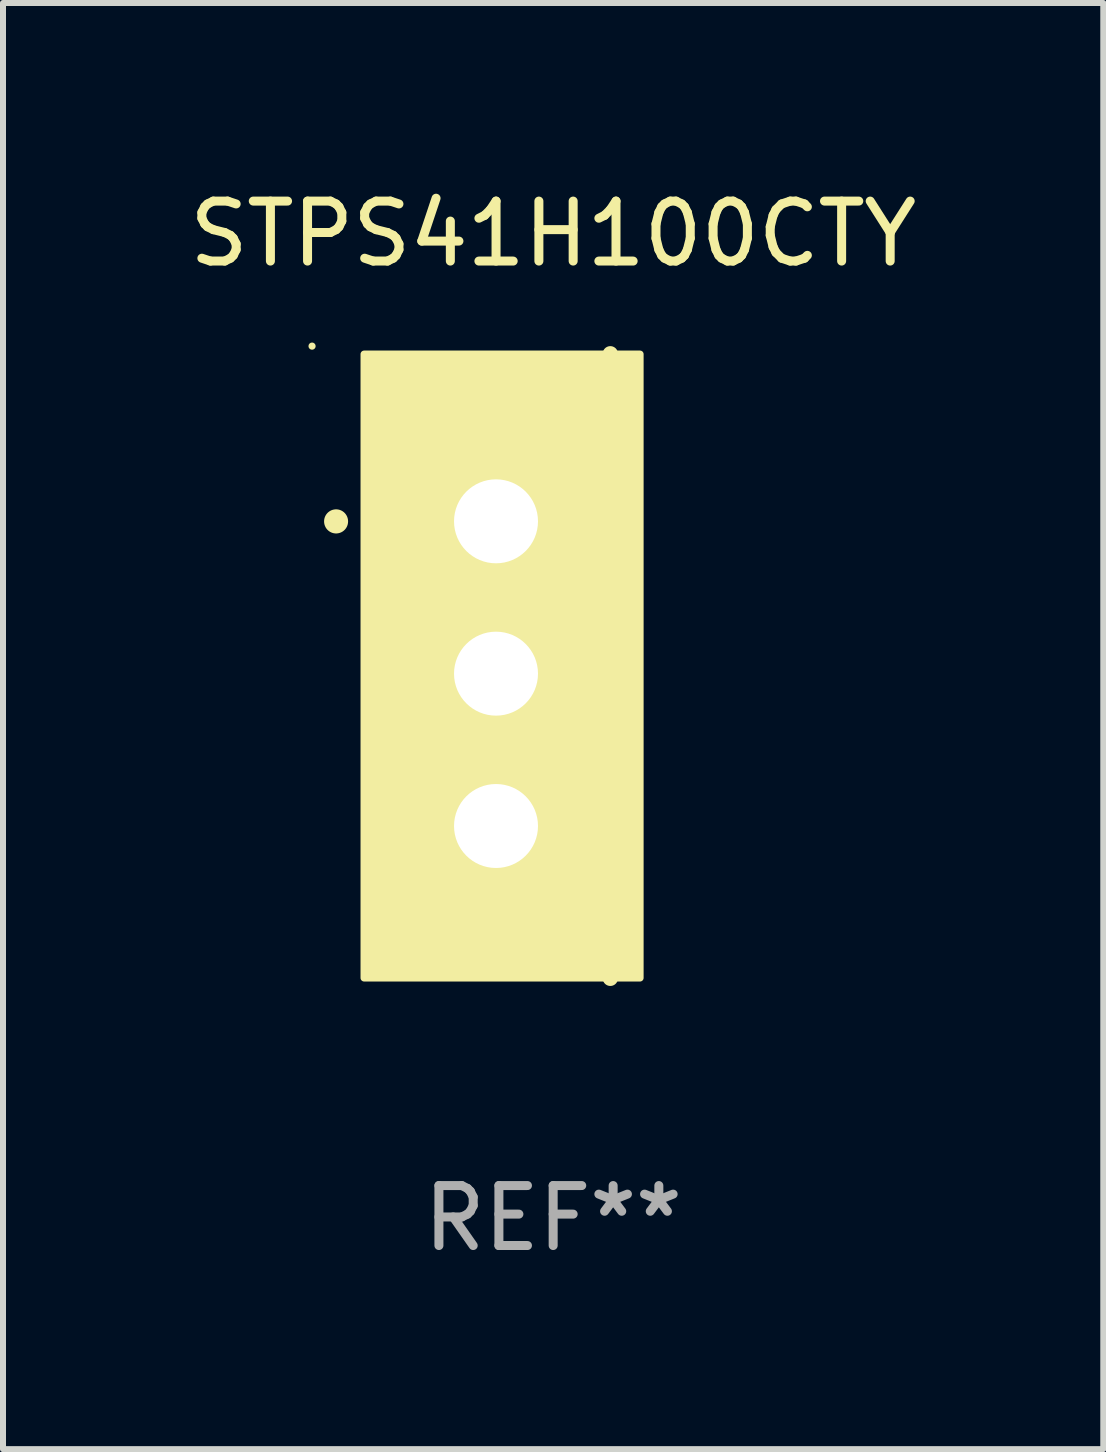
<source format=kicad_pcb>
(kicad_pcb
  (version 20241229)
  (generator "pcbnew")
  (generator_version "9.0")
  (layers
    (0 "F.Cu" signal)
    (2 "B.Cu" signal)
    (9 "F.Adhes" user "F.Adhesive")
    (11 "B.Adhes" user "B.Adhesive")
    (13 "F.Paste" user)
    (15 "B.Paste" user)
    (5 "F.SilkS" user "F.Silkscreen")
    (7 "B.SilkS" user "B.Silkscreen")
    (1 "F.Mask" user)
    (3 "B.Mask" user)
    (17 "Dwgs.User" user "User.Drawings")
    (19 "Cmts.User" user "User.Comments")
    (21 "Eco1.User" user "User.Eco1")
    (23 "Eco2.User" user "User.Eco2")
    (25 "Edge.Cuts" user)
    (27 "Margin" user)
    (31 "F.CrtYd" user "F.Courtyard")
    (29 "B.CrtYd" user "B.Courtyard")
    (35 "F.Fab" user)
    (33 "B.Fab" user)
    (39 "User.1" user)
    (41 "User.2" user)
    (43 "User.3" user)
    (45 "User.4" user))
  (footprint "STPS41H100CTY"
    (layer "F.Cu")
    (at 6.173 8.055)
    (property "Reference" "STPS41H100CTY" (at 0 -7.207 0) (layer "F.SilkS") (effects (font (size 1 1) (thickness 0.15))))
    (attr through_hole)
    (fp_line (start 0.953 5.207) (end 0.953 -5.207) (stroke (width 0.254) (type solid)) (layer "F.SilkS"))
    (fp_arc (start -3.619507 -2.410465) (mid -3.619511 -2.411735) (end -3.619507 -2.413005) (stroke (width 0.4) (type solid)) (layer "F.SilkS"))
    (fp_circle (center -4.02 -5.334) (end -3.99 -5.334) (stroke (width 0.06) (type solid)) (fill no) (layer "F.SilkS"))
    (fp_poly (pts (xy -3.152 -5.2) (xy 1.448 -5.2) (xy 1.448 5.2) (xy -3.152 5.2)) (stroke (width 0.12) (type solid)) (fill yes) (layer "F.SilkS"))
    (fp_text user "REF**" (at 0 9.207 0) (layer "F.Fab") (effects (font (size 1 1) (thickness 0.15))))
    (pad "1" thru_hole rect (at -0.953 -2.413 270) (size 2 2.5) (drill 1.4) (layers "*.Cu" "*.Mask"))
    (pad "2" thru_hole oval (at -0.953 0.127 270) (size 2 2.5) (drill 1.4) (layers "*.Cu" "*.Mask"))
    (pad "3" thru_hole oval (at -0.953 2.667 270) (size 2 2.5) (drill 1.4) (layers "*.Cu" "*.Mask")))
  (gr_rect
    (start -3 -3)
    (end 15.345 21.111)
    (stroke (width 0.1) (type default))
    (fill no)
    (layer "Edge.Cuts")))
</source>
